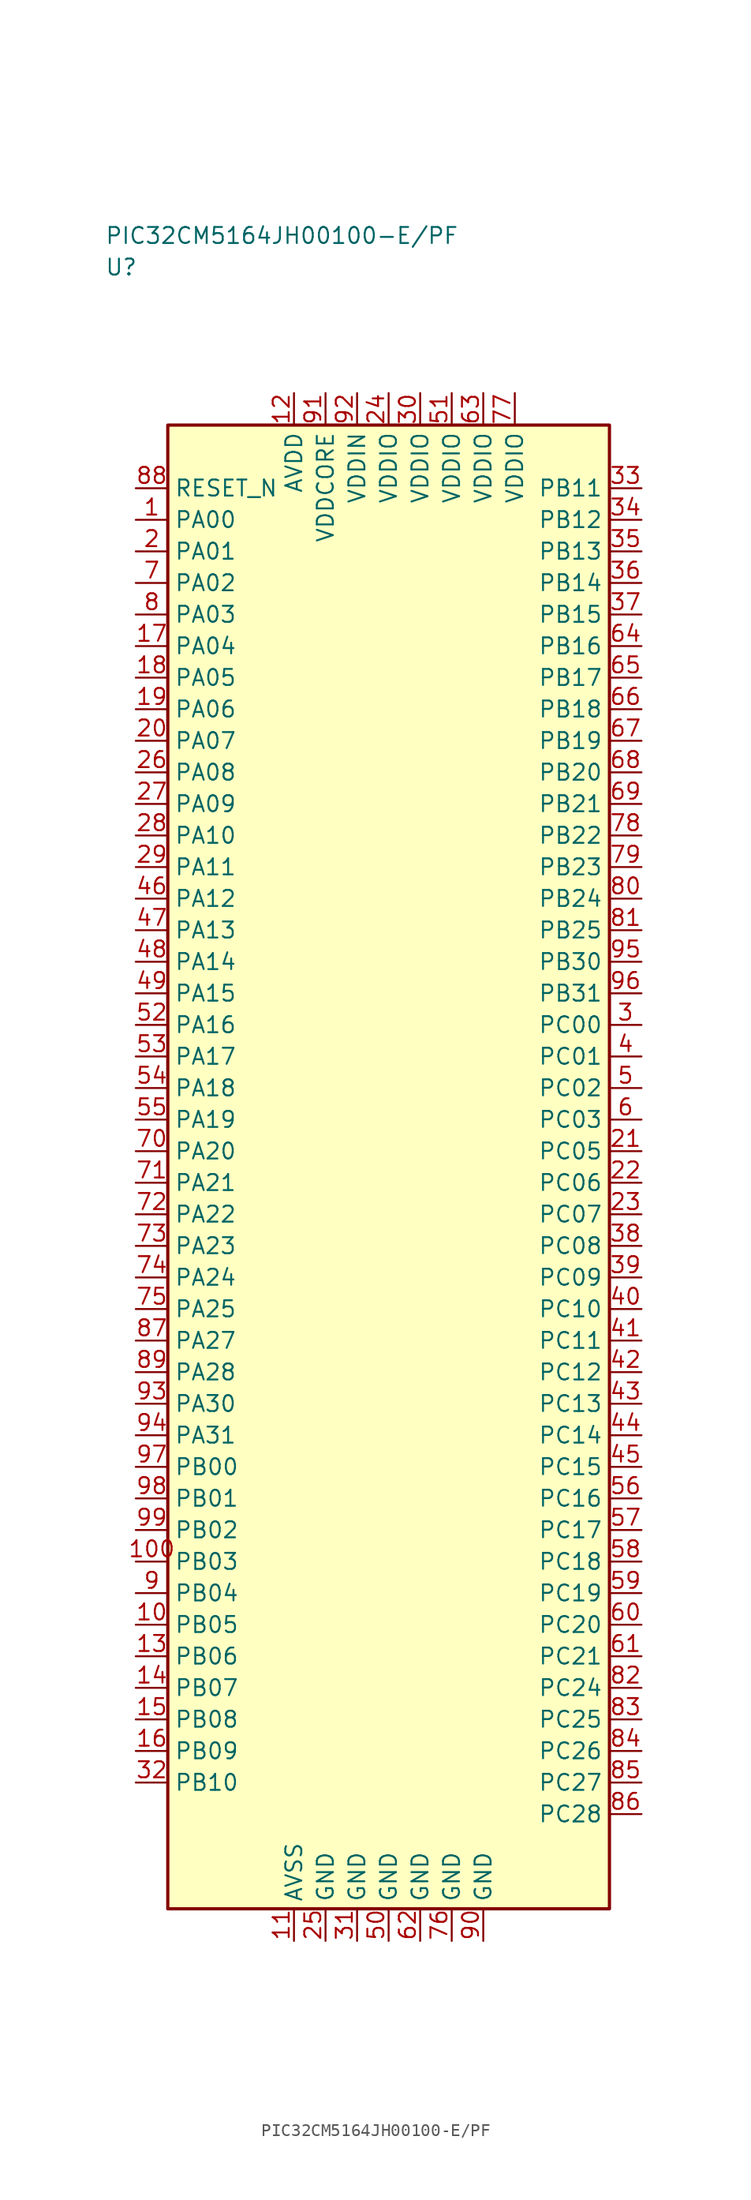
<source format=kicad_sym>
(kicad_symbol_lib
  (version 20241025)
  (generator "kicad_symbol_editor")
  (generator_version "8.0")
  (symbol "PIC32CM5164JH00100-E/PF"
    (property "Reference" "U"
      (at -22.5 71.25 0)
      (effects (font (size 1.27 1.27)) (justify left)))
    (property "Value" "PIC32CM5164JH00100-E/PF"
      (at -22.5 73.75 0)
      (effects (font (size 1.27 1.27)) (justify left)))
    (symbol "PIC32CM5164JH00100-E/PF_0_1"
      (rectangle (start -17.5 58.75) (end 17.5 -58.75) (stroke (width 0.254) (type default)) (fill (type background))))
    (symbol "PIC32CM5164JH00100-E/PF_1_1"
      (pin bidirectional line (at -20.04 51.25 0.0) (length 2.54) (name "PA00" (effects (font (size 1.27 1.27)))) (number "1" (effects (font (size 1.27 1.27)))))
      (pin bidirectional line (at -20.04 48.75 0.0) (length 2.54) (name "PA01" (effects (font (size 1.27 1.27)))) (number "2" (effects (font (size 1.27 1.27)))))
      (pin bidirectional line (at 20.04 11.25 180.0) (length 2.54) (name "PC00" (effects (font (size 1.27 1.27)))) (number "3" (effects (font (size 1.27 1.27)))))
      (pin bidirectional line (at 20.04 8.75 180.0) (length 2.54) (name "PC01" (effects (font (size 1.27 1.27)))) (number "4" (effects (font (size 1.27 1.27)))))
      (pin bidirectional line (at 20.04 6.25 180.0) (length 2.54) (name "PC02" (effects (font (size 1.27 1.27)))) (number "5" (effects (font (size 1.27 1.27)))))
      (pin bidirectional line (at 20.04 3.75 180.0) (length 2.54) (name "PC03" (effects (font (size 1.27 1.27)))) (number "6" (effects (font (size 1.27 1.27)))))
      (pin bidirectional line (at -20.04 46.25 0.0) (length 2.54) (name "PA02" (effects (font (size 1.27 1.27)))) (number "7" (effects (font (size 1.27 1.27)))))
      (pin bidirectional line (at -20.04 43.75 0.0) (length 2.54) (name "PA03" (effects (font (size 1.27 1.27)))) (number "8" (effects (font (size 1.27 1.27)))))
      (pin bidirectional line (at -20.04 -33.75 0.0) (length 2.54) (name "PB04" (effects (font (size 1.27 1.27)))) (number "9" (effects (font (size 1.27 1.27)))))
      (pin bidirectional line (at -20.04 -36.25 0.0) (length 2.54) (name "PB05" (effects (font (size 1.27 1.27)))) (number "10" (effects (font (size 1.27 1.27)))))
      (pin passive line (at -7.5 -61.29 90.0) (length 2.54) (name "AVSS" (effects (font (size 1.27 1.27)))) (number "11" (effects (font (size 1.27 1.27)))))
      (pin power_in line (at -7.5 61.29 270.0) (length 2.54) (name "AVDD" (effects (font (size 1.27 1.27)))) (number "12" (effects (font (size 1.27 1.27)))))
      (pin bidirectional line (at -20.04 -38.75 0.0) (length 2.54) (name "PB06" (effects (font (size 1.27 1.27)))) (number "13" (effects (font (size 1.27 1.27)))))
      (pin bidirectional line (at -20.04 -41.25 0.0) (length 2.54) (name "PB07" (effects (font (size 1.27 1.27)))) (number "14" (effects (font (size 1.27 1.27)))))
      (pin bidirectional line (at -20.04 -43.75 0.0) (length 2.54) (name "PB08" (effects (font (size 1.27 1.27)))) (number "15" (effects (font (size 1.27 1.27)))))
      (pin bidirectional line (at -20.04 -46.25 0.0) (length 2.54) (name "PB09" (effects (font (size 1.27 1.27)))) (number "16" (effects (font (size 1.27 1.27)))))
      (pin bidirectional line (at -20.04 41.25 0.0) (length 2.54) (name "PA04" (effects (font (size 1.27 1.27)))) (number "17" (effects (font (size 1.27 1.27)))))
      (pin bidirectional line (at -20.04 38.75 0.0) (length 2.54) (name "PA05" (effects (font (size 1.27 1.27)))) (number "18" (effects (font (size 1.27 1.27)))))
      (pin bidirectional line (at -20.04 36.25 0.0) (length 2.54) (name "PA06" (effects (font (size 1.27 1.27)))) (number "19" (effects (font (size 1.27 1.27)))))
      (pin bidirectional line (at -20.04 33.75 0.0) (length 2.54) (name "PA07" (effects (font (size 1.27 1.27)))) (number "20" (effects (font (size 1.27 1.27)))))
      (pin bidirectional line (at 20.04 1.25 180.0) (length 2.54) (name "PC05" (effects (font (size 1.27 1.27)))) (number "21" (effects (font (size 1.27 1.27)))))
      (pin bidirectional line (at 20.04 -1.25 180.0) (length 2.54) (name "PC06" (effects (font (size 1.27 1.27)))) (number "22" (effects (font (size 1.27 1.27)))))
      (pin bidirectional line (at 20.04 -3.75 180.0) (length 2.54) (name "PC07" (effects (font (size 1.27 1.27)))) (number "23" (effects (font (size 1.27 1.27)))))
      (pin power_in line (at 0.0 61.29 270.0) (length 2.54) (name "VDDIO" (effects (font (size 1.27 1.27)))) (number "24" (effects (font (size 1.27 1.27)))))
      (pin passive line (at -5.0 -61.29 90.0) (length 2.54) (name "GND" (effects (font (size 1.27 1.27)))) (number "25" (effects (font (size 1.27 1.27)))))
      (pin bidirectional line (at -20.04 31.25 0.0) (length 2.54) (name "PA08" (effects (font (size 1.27 1.27)))) (number "26" (effects (font (size 1.27 1.27)))))
      (pin bidirectional line (at -20.04 28.75 0.0) (length 2.54) (name "PA09" (effects (font (size 1.27 1.27)))) (number "27" (effects (font (size 1.27 1.27)))))
      (pin bidirectional line (at -20.04 26.25 0.0) (length 2.54) (name "PA10" (effects (font (size 1.27 1.27)))) (number "28" (effects (font (size 1.27 1.27)))))
      (pin bidirectional line (at -20.04 23.75 0.0) (length 2.54) (name "PA11" (effects (font (size 1.27 1.27)))) (number "29" (effects (font (size 1.27 1.27)))))
      (pin power_in line (at 2.5 61.29 270.0) (length 2.54) (name "VDDIO" (effects (font (size 1.27 1.27)))) (number "30" (effects (font (size 1.27 1.27)))))
      (pin passive line (at -2.5 -61.29 90.0) (length 2.54) (name "GND" (effects (font (size 1.27 1.27)))) (number "31" (effects (font (size 1.27 1.27)))))
      (pin bidirectional line (at -20.04 -48.75 0.0) (length 2.54) (name "PB10" (effects (font (size 1.27 1.27)))) (number "32" (effects (font (size 1.27 1.27)))))
      (pin bidirectional line (at 20.04 53.75 180.0) (length 2.54) (name "PB11" (effects (font (size 1.27 1.27)))) (number "33" (effects (font (size 1.27 1.27)))))
      (pin bidirectional line (at 20.04 51.25 180.0) (length 2.54) (name "PB12" (effects (font (size 1.27 1.27)))) (number "34" (effects (font (size 1.27 1.27)))))
      (pin bidirectional line (at 20.04 48.75 180.0) (length 2.54) (name "PB13" (effects (font (size 1.27 1.27)))) (number "35" (effects (font (size 1.27 1.27)))))
      (pin bidirectional line (at 20.04 46.25 180.0) (length 2.54) (name "PB14" (effects (font (size 1.27 1.27)))) (number "36" (effects (font (size 1.27 1.27)))))
      (pin bidirectional line (at 20.04 43.75 180.0) (length 2.54) (name "PB15" (effects (font (size 1.27 1.27)))) (number "37" (effects (font (size 1.27 1.27)))))
      (pin bidirectional line (at 20.04 -6.25 180.0) (length 2.54) (name "PC08" (effects (font (size 1.27 1.27)))) (number "38" (effects (font (size 1.27 1.27)))))
      (pin bidirectional line (at 20.04 -8.75 180.0) (length 2.54) (name "PC09" (effects (font (size 1.27 1.27)))) (number "39" (effects (font (size 1.27 1.27)))))
      (pin bidirectional line (at 20.04 -11.25 180.0) (length 2.54) (name "PC10" (effects (font (size 1.27 1.27)))) (number "40" (effects (font (size 1.27 1.27)))))
      (pin bidirectional line (at 20.04 -13.75 180.0) (length 2.54) (name "PC11" (effects (font (size 1.27 1.27)))) (number "41" (effects (font (size 1.27 1.27)))))
      (pin bidirectional line (at 20.04 -16.25 180.0) (length 2.54) (name "PC12" (effects (font (size 1.27 1.27)))) (number "42" (effects (font (size 1.27 1.27)))))
      (pin bidirectional line (at 20.04 -18.75 180.0) (length 2.54) (name "PC13" (effects (font (size 1.27 1.27)))) (number "43" (effects (font (size 1.27 1.27)))))
      (pin bidirectional line (at 20.04 -21.25 180.0) (length 2.54) (name "PC14" (effects (font (size 1.27 1.27)))) (number "44" (effects (font (size 1.27 1.27)))))
      (pin bidirectional line (at 20.04 -23.75 180.0) (length 2.54) (name "PC15" (effects (font (size 1.27 1.27)))) (number "45" (effects (font (size 1.27 1.27)))))
      (pin bidirectional line (at -20.04 21.25 0.0) (length 2.54) (name "PA12" (effects (font (size 1.27 1.27)))) (number "46" (effects (font (size 1.27 1.27)))))
      (pin bidirectional line (at -20.04 18.75 0.0) (length 2.54) (name "PA13" (effects (font (size 1.27 1.27)))) (number "47" (effects (font (size 1.27 1.27)))))
      (pin bidirectional line (at -20.04 16.25 0.0) (length 2.54) (name "PA14" (effects (font (size 1.27 1.27)))) (number "48" (effects (font (size 1.27 1.27)))))
      (pin bidirectional line (at -20.04 13.75 0.0) (length 2.54) (name "PA15" (effects (font (size 1.27 1.27)))) (number "49" (effects (font (size 1.27 1.27)))))
      (pin passive line (at 0.0 -61.29 90.0) (length 2.54) (name "GND" (effects (font (size 1.27 1.27)))) (number "50" (effects (font (size 1.27 1.27)))))
      (pin power_in line (at 5.0 61.29 270.0) (length 2.54) (name "VDDIO" (effects (font (size 1.27 1.27)))) (number "51" (effects (font (size 1.27 1.27)))))
      (pin bidirectional line (at -20.04 11.25 0.0) (length 2.54) (name "PA16" (effects (font (size 1.27 1.27)))) (number "52" (effects (font (size 1.27 1.27)))))
      (pin bidirectional line (at -20.04 8.75 0.0) (length 2.54) (name "PA17" (effects (font (size 1.27 1.27)))) (number "53" (effects (font (size 1.27 1.27)))))
      (pin bidirectional line (at -20.04 6.25 0.0) (length 2.54) (name "PA18" (effects (font (size 1.27 1.27)))) (number "54" (effects (font (size 1.27 1.27)))))
      (pin bidirectional line (at -20.04 3.75 0.0) (length 2.54) (name "PA19" (effects (font (size 1.27 1.27)))) (number "55" (effects (font (size 1.27 1.27)))))
      (pin bidirectional line (at 20.04 -26.25 180.0) (length 2.54) (name "PC16" (effects (font (size 1.27 1.27)))) (number "56" (effects (font (size 1.27 1.27)))))
      (pin bidirectional line (at 20.04 -28.75 180.0) (length 2.54) (name "PC17" (effects (font (size 1.27 1.27)))) (number "57" (effects (font (size 1.27 1.27)))))
      (pin bidirectional line (at 20.04 -31.25 180.0) (length 2.54) (name "PC18" (effects (font (size 1.27 1.27)))) (number "58" (effects (font (size 1.27 1.27)))))
      (pin bidirectional line (at 20.04 -33.75 180.0) (length 2.54) (name "PC19" (effects (font (size 1.27 1.27)))) (number "59" (effects (font (size 1.27 1.27)))))
      (pin bidirectional line (at 20.04 -36.25 180.0) (length 2.54) (name "PC20" (effects (font (size 1.27 1.27)))) (number "60" (effects (font (size 1.27 1.27)))))
      (pin bidirectional line (at 20.04 -38.75 180.0) (length 2.54) (name "PC21" (effects (font (size 1.27 1.27)))) (number "61" (effects (font (size 1.27 1.27)))))
      (pin passive line (at 2.5 -61.29 90.0) (length 2.54) (name "GND" (effects (font (size 1.27 1.27)))) (number "62" (effects (font (size 1.27 1.27)))))
      (pin power_in line (at 7.5 61.29 270.0) (length 2.54) (name "VDDIO" (effects (font (size 1.27 1.27)))) (number "63" (effects (font (size 1.27 1.27)))))
      (pin bidirectional line (at 20.04 41.25 180.0) (length 2.54) (name "PB16" (effects (font (size 1.27 1.27)))) (number "64" (effects (font (size 1.27 1.27)))))
      (pin bidirectional line (at 20.04 38.75 180.0) (length 2.54) (name "PB17" (effects (font (size 1.27 1.27)))) (number "65" (effects (font (size 1.27 1.27)))))
      (pin bidirectional line (at 20.04 36.25 180.0) (length 2.54) (name "PB18" (effects (font (size 1.27 1.27)))) (number "66" (effects (font (size 1.27 1.27)))))
      (pin bidirectional line (at 20.04 33.75 180.0) (length 2.54) (name "PB19" (effects (font (size 1.27 1.27)))) (number "67" (effects (font (size 1.27 1.27)))))
      (pin bidirectional line (at 20.04 31.25 180.0) (length 2.54) (name "PB20" (effects (font (size 1.27 1.27)))) (number "68" (effects (font (size 1.27 1.27)))))
      (pin bidirectional line (at 20.04 28.75 180.0) (length 2.54) (name "PB21" (effects (font (size 1.27 1.27)))) (number "69" (effects (font (size 1.27 1.27)))))
      (pin bidirectional line (at -20.04 1.25 0.0) (length 2.54) (name "PA20" (effects (font (size 1.27 1.27)))) (number "70" (effects (font (size 1.27 1.27)))))
      (pin bidirectional line (at -20.04 -1.25 0.0) (length 2.54) (name "PA21" (effects (font (size 1.27 1.27)))) (number "71" (effects (font (size 1.27 1.27)))))
      (pin bidirectional line (at -20.04 -3.75 0.0) (length 2.54) (name "PA22" (effects (font (size 1.27 1.27)))) (number "72" (effects (font (size 1.27 1.27)))))
      (pin bidirectional line (at -20.04 -6.25 0.0) (length 2.54) (name "PA23" (effects (font (size 1.27 1.27)))) (number "73" (effects (font (size 1.27 1.27)))))
      (pin bidirectional line (at -20.04 -8.75 0.0) (length 2.54) (name "PA24" (effects (font (size 1.27 1.27)))) (number "74" (effects (font (size 1.27 1.27)))))
      (pin bidirectional line (at -20.04 -11.25 0.0) (length 2.54) (name "PA25" (effects (font (size 1.27 1.27)))) (number "75" (effects (font (size 1.27 1.27)))))
      (pin passive line (at 5.0 -61.29 90.0) (length 2.54) (name "GND" (effects (font (size 1.27 1.27)))) (number "76" (effects (font (size 1.27 1.27)))))
      (pin power_in line (at 10.0 61.29 270.0) (length 2.54) (name "VDDIO" (effects (font (size 1.27 1.27)))) (number "77" (effects (font (size 1.27 1.27)))))
      (pin bidirectional line (at 20.04 26.25 180.0) (length 2.54) (name "PB22" (effects (font (size 1.27 1.27)))) (number "78" (effects (font (size 1.27 1.27)))))
      (pin bidirectional line (at 20.04 23.75 180.0) (length 2.54) (name "PB23" (effects (font (size 1.27 1.27)))) (number "79" (effects (font (size 1.27 1.27)))))
      (pin bidirectional line (at 20.04 21.25 180.0) (length 2.54) (name "PB24" (effects (font (size 1.27 1.27)))) (number "80" (effects (font (size 1.27 1.27)))))
      (pin bidirectional line (at 20.04 18.75 180.0) (length 2.54) (name "PB25" (effects (font (size 1.27 1.27)))) (number "81" (effects (font (size 1.27 1.27)))))
      (pin bidirectional line (at 20.04 -41.25 180.0) (length 2.54) (name "PC24" (effects (font (size 1.27 1.27)))) (number "82" (effects (font (size 1.27 1.27)))))
      (pin bidirectional line (at 20.04 -43.75 180.0) (length 2.54) (name "PC25" (effects (font (size 1.27 1.27)))) (number "83" (effects (font (size 1.27 1.27)))))
      (pin bidirectional line (at 20.04 -46.25 180.0) (length 2.54) (name "PC26" (effects (font (size 1.27 1.27)))) (number "84" (effects (font (size 1.27 1.27)))))
      (pin bidirectional line (at 20.04 -48.75 180.0) (length 2.54) (name "PC27" (effects (font (size 1.27 1.27)))) (number "85" (effects (font (size 1.27 1.27)))))
      (pin bidirectional line (at 20.04 -51.25 180.0) (length 2.54) (name "PC28" (effects (font (size 1.27 1.27)))) (number "86" (effects (font (size 1.27 1.27)))))
      (pin bidirectional line (at -20.04 -13.75 0.0) (length 2.54) (name "PA27" (effects (font (size 1.27 1.27)))) (number "87" (effects (font (size 1.27 1.27)))))
      (pin input line (at -20.04 53.75 0.0) (length 2.54) (name "RESET_N" (effects (font (size 1.27 1.27)))) (number "88" (effects (font (size 1.27 1.27)))))
      (pin bidirectional line (at -20.04 -16.25 0.0) (length 2.54) (name "PA28" (effects (font (size 1.27 1.27)))) (number "89" (effects (font (size 1.27 1.27)))))
      (pin passive line (at 7.5 -61.29 90.0) (length 2.54) (name "GND" (effects (font (size 1.27 1.27)))) (number "90" (effects (font (size 1.27 1.27)))))
      (pin power_in line (at -5.0 61.29 270.0) (length 2.54) (name "VDDCORE" (effects (font (size 1.27 1.27)))) (number "91" (effects (font (size 1.27 1.27)))))
      (pin power_in line (at -2.5 61.29 270.0) (length 2.54) (name "VDDIN" (effects (font (size 1.27 1.27)))) (number "92" (effects (font (size 1.27 1.27)))))
      (pin bidirectional line (at -20.04 -18.75 0.0) (length 2.54) (name "PA30" (effects (font (size 1.27 1.27)))) (number "93" (effects (font (size 1.27 1.27)))))
      (pin bidirectional line (at -20.04 -21.25 0.0) (length 2.54) (name "PA31" (effects (font (size 1.27 1.27)))) (number "94" (effects (font (size 1.27 1.27)))))
      (pin bidirectional line (at 20.04 16.25 180.0) (length 2.54) (name "PB30" (effects (font (size 1.27 1.27)))) (number "95" (effects (font (size 1.27 1.27)))))
      (pin bidirectional line (at 20.04 13.75 180.0) (length 2.54) (name "PB31" (effects (font (size 1.27 1.27)))) (number "96" (effects (font (size 1.27 1.27)))))
      (pin bidirectional line (at -20.04 -23.75 0.0) (length 2.54) (name "PB00" (effects (font (size 1.27 1.27)))) (number "97" (effects (font (size 1.27 1.27)))))
      (pin bidirectional line (at -20.04 -26.25 0.0) (length 2.54) (name "PB01" (effects (font (size 1.27 1.27)))) (number "98" (effects (font (size 1.27 1.27)))))
      (pin bidirectional line (at -20.04 -28.75 0.0) (length 2.54) (name "PB02" (effects (font (size 1.27 1.27)))) (number "99" (effects (font (size 1.27 1.27)))))
      (pin bidirectional line (at -20.04 -31.25 0.0) (length 2.54) (name "PB03" (effects (font (size 1.27 1.27)))) (number "100" (effects (font (size 1.27 1.27))))))))
</source>
